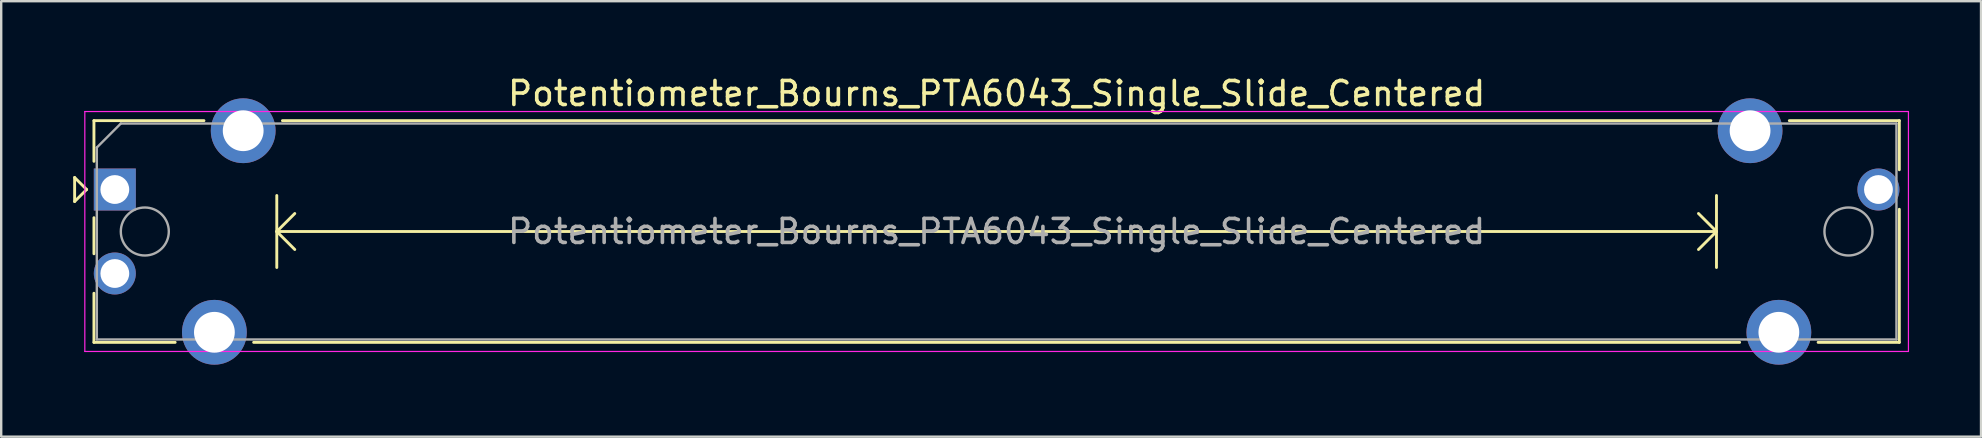
<source format=kicad_pcb>
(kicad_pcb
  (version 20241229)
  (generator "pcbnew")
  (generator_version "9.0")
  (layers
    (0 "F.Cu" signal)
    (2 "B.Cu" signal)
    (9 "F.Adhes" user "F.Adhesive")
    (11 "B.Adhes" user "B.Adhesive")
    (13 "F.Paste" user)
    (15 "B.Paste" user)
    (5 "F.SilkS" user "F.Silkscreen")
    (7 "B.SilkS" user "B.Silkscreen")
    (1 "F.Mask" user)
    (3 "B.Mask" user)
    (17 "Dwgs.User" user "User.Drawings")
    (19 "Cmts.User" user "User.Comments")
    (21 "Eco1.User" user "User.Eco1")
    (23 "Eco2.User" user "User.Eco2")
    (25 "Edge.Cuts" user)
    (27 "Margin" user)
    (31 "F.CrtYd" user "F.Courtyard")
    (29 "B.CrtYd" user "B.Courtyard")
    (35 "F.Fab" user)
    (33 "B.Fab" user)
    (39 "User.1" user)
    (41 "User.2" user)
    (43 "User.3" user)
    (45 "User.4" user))
  (footprint "Potentiometer_Bourns_PTA6043_Single_Slide_Centered"
    (layer "F.Cu")
    (at 38.485 6.598)
    (property "Reference" "Potentiometer_Bourns_PTA6043_Single_Slide_Centered" (at 0 -5.75 0) (layer "F.SilkS") (effects (font (size 1 1) (thickness 0.15))))
    (attr through_hole)
    (fp_line (start -38.425 -2.25) (end -38.425 -1.25) (stroke (width 0.12) (type solid)) (layer "F.SilkS"))
    (fp_line (start -38.425 -1.25) (end -37.925 -1.75) (stroke (width 0.12) (type solid)) (layer "F.SilkS"))
    (fp_line (start -37.925 -1.75) (end -38.425 -2.25) (stroke (width 0.12) (type solid)) (layer "F.SilkS"))
    (fp_line (start -37.62 -4.62) (end -37.62 -2.925) (stroke (width 0.12) (type solid)) (layer "F.SilkS"))
    (fp_line (start -37.62 -4.62) (end -33.035 -4.62) (stroke (width 0.12) (type solid)) (layer "F.SilkS"))
    (fp_line (start -37.62 -0.575) (end -37.62 0.928) (stroke (width 0.12) (type solid)) (layer "F.SilkS"))
    (fp_line (start -37.62 2.573) (end -37.62 4.62) (stroke (width 0.12) (type solid)) (layer "F.SilkS"))
    (fp_line (start -37.62 4.62) (end -34.235 4.62) (stroke (width 0.12) (type solid)) (layer "F.SilkS"))
    (fp_line (start -30.964 4.62) (end 30.965 4.62) (stroke (width 0.12) (type solid)) (layer "F.SilkS"))
    (fp_line (start -30 -1.5) (end -30 1.5) (stroke (width 0.12) (type solid)) (layer "F.SilkS"))
    (fp_line (start -30 0) (end -29.25 0.75) (stroke (width 0.12) (type solid)) (layer "F.SilkS"))
    (fp_line (start -30 0) (end 30 0) (stroke (width 0.12) (type solid)) (layer "F.SilkS"))
    (fp_line (start -29.764 -4.62) (end 29.765 -4.62) (stroke (width 0.12) (type solid)) (layer "F.SilkS"))
    (fp_line (start -29.25 -0.75) (end -30 0) (stroke (width 0.12) (type solid)) (layer "F.SilkS"))
    (fp_line (start 29.25 -0.75) (end 30 0) (stroke (width 0.12) (type solid)) (layer "F.SilkS"))
    (fp_line (start 30 -1.5) (end 30 1.5) (stroke (width 0.12) (type solid)) (layer "F.SilkS"))
    (fp_line (start 30 0) (end 29.25 0.75) (stroke (width 0.12) (type solid)) (layer "F.SilkS"))
    (fp_line (start 33.036 -4.62) (end 37.62 -4.62) (stroke (width 0.12) (type solid)) (layer "F.SilkS"))
    (fp_line (start 34.236 4.62) (end 37.62 4.62) (stroke (width 0.12) (type solid)) (layer "F.SilkS"))
    (fp_line (start 37.62 -4.62) (end 37.62 -2.573) (stroke (width 0.12) (type solid)) (layer "F.SilkS"))
    (fp_line (start 37.62 -0.927) (end 37.62 4.62) (stroke (width 0.12) (type solid)) (layer "F.SilkS"))
    (fp_line (start -38 -5) (end -38 5) (stroke (width 0.05) (type solid)) (layer "F.CrtYd"))
    (fp_line (start -38 5) (end 38 5) (stroke (width 0.05) (type solid)) (layer "F.CrtYd"))
    (fp_line (start 38 -5) (end -38 -5) (stroke (width 0.05) (type solid)) (layer "F.CrtYd"))
    (fp_line (start 38 5) (end 38 -5) (stroke (width 0.05) (type solid)) (layer "F.CrtYd"))
    (fp_line (start -37.5 -3.5) (end -36.5 -4.5) (stroke (width 0.1) (type solid)) (layer "F.Fab"))
    (fp_line (start -37.5 4.5) (end -37.5 -3.5) (stroke (width 0.1) (type solid)) (layer "F.Fab"))
    (fp_line (start -36.5 -4.5) (end 37.5 -4.5) (stroke (width 0.1) (type solid)) (layer "F.Fab"))
    (fp_line (start 37.5 -4.5) (end 37.5 4.5) (stroke (width 0.1) (type solid)) (layer "F.Fab"))
    (fp_line (start 37.5 4.5) (end -37.5 4.5) (stroke (width 0.1) (type solid)) (layer "F.Fab"))
    (fp_circle (center -35.5 0) (end -34.5 0) (stroke (width 0.1) (type solid)) (fill no) (layer "F.Fab"))
    (fp_circle (center 35.5 0) (end 36.5 0) (stroke (width 0.1) (type solid)) (fill no) (layer "F.Fab"))
    (fp_text user "${REFERENCE}" (at 0 0 0) (layer "F.Fab") (effects (font (size 1 1) (thickness 0.15))))
    (pad "1" thru_hole rect (at -36.75 -1.75) (size 1.75 1.75) (drill 1.2) (layers "*.Cu" "*.Mask"))
    (pad "2" thru_hole circle (at -36.75 1.75) (size 1.75 1.75) (drill 1.2) (layers "*.Cu" "*.Mask"))
    (pad "3" thru_hole circle (at 36.75 -1.75) (size 1.75 1.75) (drill 1.2) (layers "*.Cu" "*.Mask"))
    (pad "MP" thru_hole circle (at -32.6 4.2) (size 2.7 2.7) (drill 1.7) (layers "*.Cu" "*.Mask"))
    (pad "MP" thru_hole circle (at -31.4 -4.2) (size 2.7 2.7) (drill 1.7) (layers "*.Cu" "*.Mask"))
    (pad "MP" thru_hole circle (at 31.4 -4.2) (size 2.7 2.7) (drill 1.7) (layers "*.Cu" "*.Mask"))
    (pad "MP" thru_hole circle (at 32.6 4.2) (size 2.7 2.7) (drill 1.7) (layers "*.Cu" "*.Mask")))
  (gr_rect
    (start -3 -3)
    (end 79.51 15.148)
    (stroke (width 0.1) (type default))
    (fill no)
    (layer "Edge.Cuts")))
</source>
